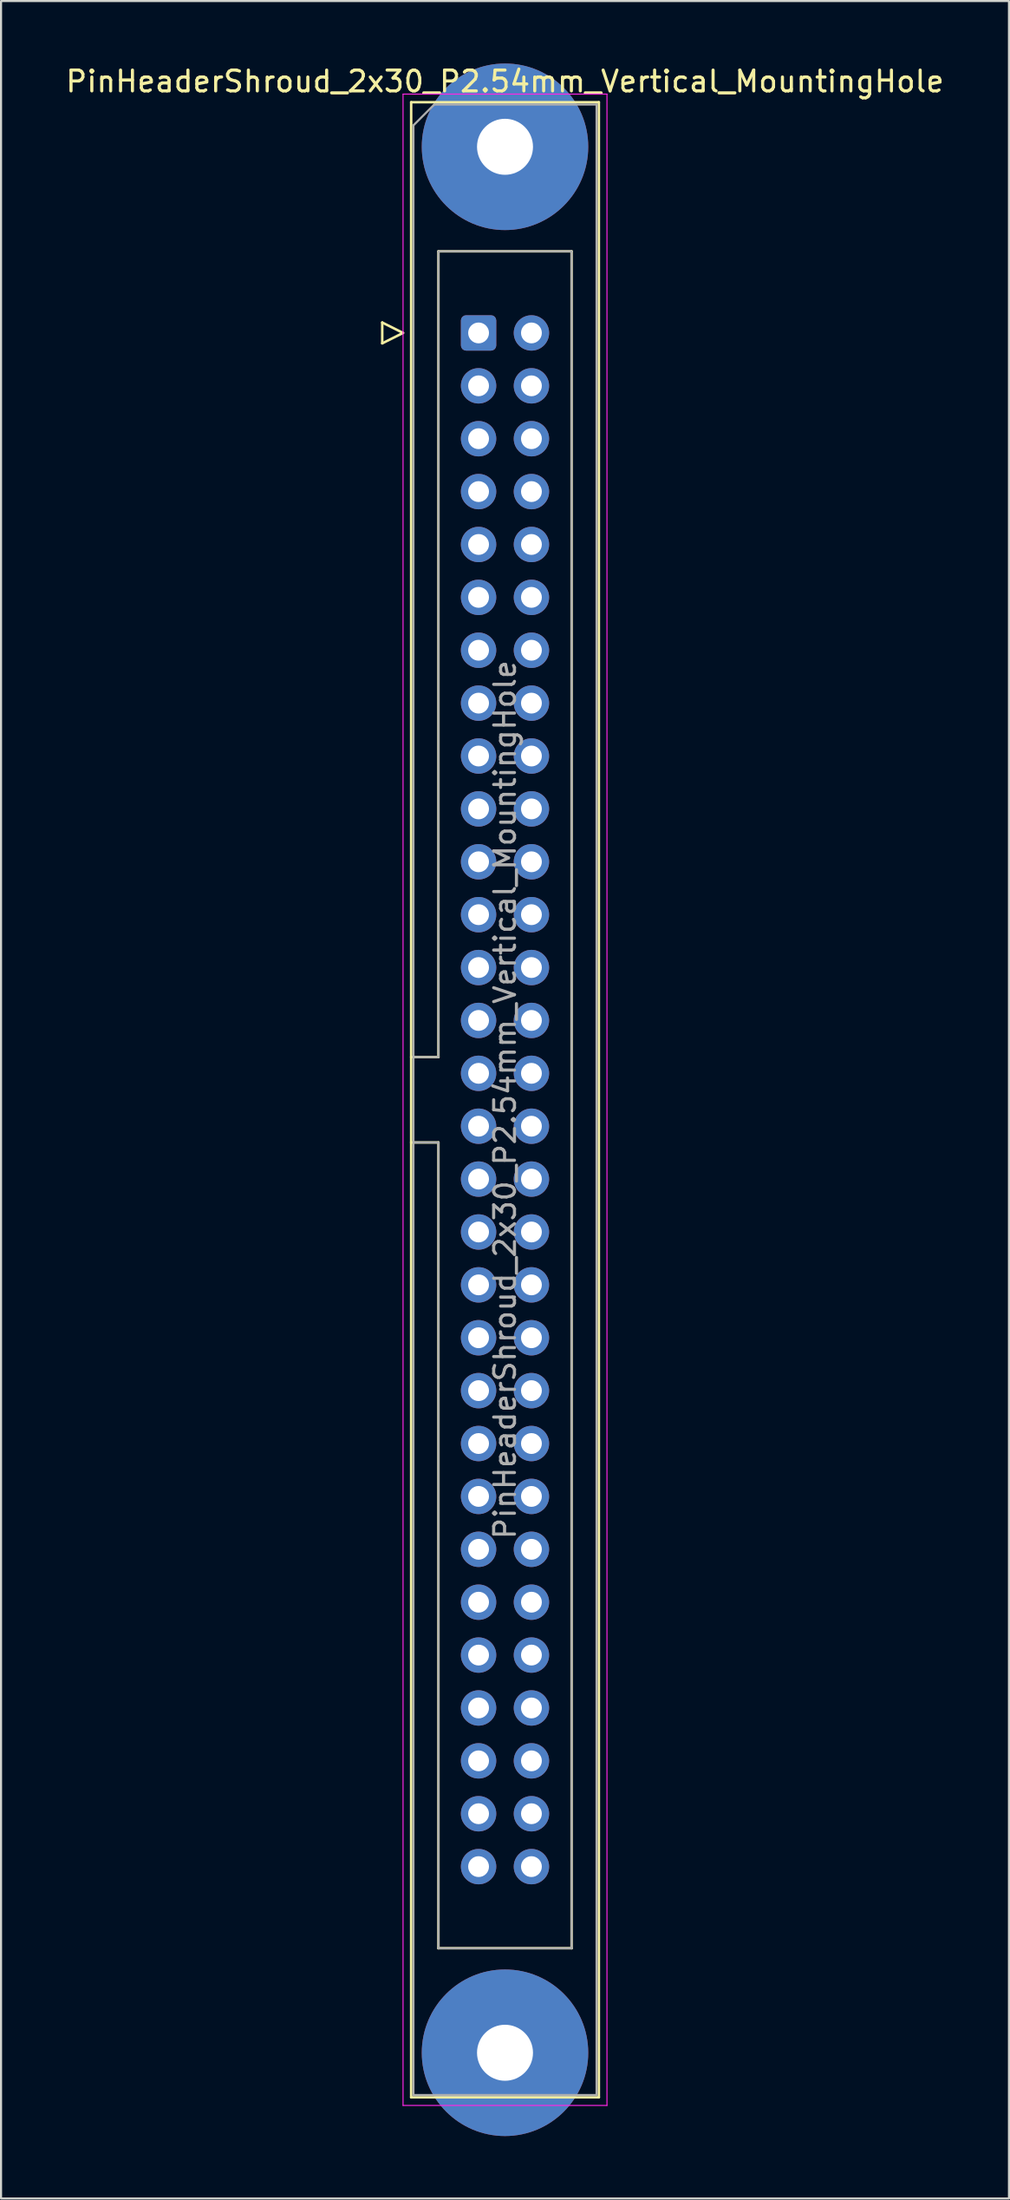
<source format=kicad_pcb>
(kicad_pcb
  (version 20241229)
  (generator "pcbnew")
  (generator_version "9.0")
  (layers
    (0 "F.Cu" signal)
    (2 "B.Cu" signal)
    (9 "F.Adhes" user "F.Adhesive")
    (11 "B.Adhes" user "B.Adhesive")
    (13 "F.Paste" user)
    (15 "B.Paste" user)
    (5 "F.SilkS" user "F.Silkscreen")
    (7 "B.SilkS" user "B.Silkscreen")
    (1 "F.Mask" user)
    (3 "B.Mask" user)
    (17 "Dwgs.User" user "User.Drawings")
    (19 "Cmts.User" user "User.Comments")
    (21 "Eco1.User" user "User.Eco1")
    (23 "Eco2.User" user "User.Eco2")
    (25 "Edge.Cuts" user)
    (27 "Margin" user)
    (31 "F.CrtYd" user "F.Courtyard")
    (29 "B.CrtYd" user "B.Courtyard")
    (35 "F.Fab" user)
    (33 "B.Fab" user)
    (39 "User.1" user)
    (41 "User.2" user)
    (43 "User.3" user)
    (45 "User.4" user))
  (footprint "PinHeaderShroud_2x30_P2.54mm_Vertical_MountingHole"
    (layer "F.Cu")
    (at 19.95 12.94)
    (property "Reference" "PinHeaderShroud_2x30_P2.54mm_Vertical_MountingHole" (at 1.27 -12.08 0) (layer "F.SilkS") (effects (font (size 1 1) (thickness 0.15))))
    (attr through_hole)
    (fp_line (start -4.63 -0.5) (end -4.63 0.5) (stroke (width 0.12) (type solid)) (layer "F.SilkS"))
    (fp_line (start -4.63 0.5) (end -3.63 0) (stroke (width 0.12) (type solid)) (layer "F.SilkS"))
    (fp_line (start -3.63 0) (end -4.63 -0.5) (stroke (width 0.12) (type solid)) (layer "F.SilkS"))
    (fp_line (start -3.24 -11.08) (end 5.78 -11.08) (stroke (width 0.12) (type solid)) (layer "F.SilkS"))
    (fp_line (start -3.24 34.78) (end -1.93 34.78) (stroke (width 0.12) (type solid)) (layer "F.SilkS"))
    (fp_line (start -3.24 38.88) (end -1.93 38.88) (stroke (width 0.12) (type solid)) (layer "F.SilkS"))
    (fp_line (start -3.24 84.74) (end -3.24 -11.08) (stroke (width 0.12) (type solid)) (layer "F.SilkS"))
    (fp_line (start -1.93 -3.92) (end 4.47 -3.92) (stroke (width 0.12) (type solid)) (layer "F.SilkS"))
    (fp_line (start -1.93 34.78) (end -1.93 -3.92) (stroke (width 0.12) (type solid)) (layer "F.SilkS"))
    (fp_line (start -1.93 77.58) (end -1.93 38.88) (stroke (width 0.12) (type solid)) (layer "F.SilkS"))
    (fp_line (start 4.47 -3.92) (end 4.47 77.58) (stroke (width 0.12) (type solid)) (layer "F.SilkS"))
    (fp_line (start 4.47 77.58) (end -1.93 77.58) (stroke (width 0.12) (type solid)) (layer "F.SilkS"))
    (fp_line (start 5.78 -11.08) (end 5.78 84.74) (stroke (width 0.12) (type solid)) (layer "F.SilkS"))
    (fp_line (start 5.78 84.74) (end -3.24 84.74) (stroke (width 0.12) (type solid)) (layer "F.SilkS"))
    (fp_line (start -3.63 -11.47) (end -3.63 85.13) (stroke (width 0.05) (type solid)) (layer "F.CrtYd"))
    (fp_line (start -3.63 85.13) (end 6.17 85.13) (stroke (width 0.05) (type solid)) (layer "F.CrtYd"))
    (fp_line (start 6.17 -11.47) (end -3.63 -11.47) (stroke (width 0.05) (type solid)) (layer "F.CrtYd"))
    (fp_line (start 6.17 85.13) (end 6.17 -11.47) (stroke (width 0.05) (type solid)) (layer "F.CrtYd"))
    (fp_line (start -3.13 -9.97) (end -2.13 -10.97) (stroke (width 0.1) (type solid)) (layer "F.Fab"))
    (fp_line (start -3.13 34.78) (end -1.93 34.78) (stroke (width 0.1) (type solid)) (layer "F.Fab"))
    (fp_line (start -3.13 38.88) (end -1.93 38.88) (stroke (width 0.1) (type solid)) (layer "F.Fab"))
    (fp_line (start -3.13 84.63) (end -3.13 -9.97) (stroke (width 0.1) (type solid)) (layer "F.Fab"))
    (fp_line (start -2.13 -10.97) (end 5.67 -10.97) (stroke (width 0.1) (type solid)) (layer "F.Fab"))
    (fp_line (start -1.93 -3.92) (end 4.47 -3.92) (stroke (width 0.1) (type solid)) (layer "F.Fab"))
    (fp_line (start -1.93 34.78) (end -1.93 -3.92) (stroke (width 0.1) (type solid)) (layer "F.Fab"))
    (fp_line (start -1.93 77.58) (end -1.93 38.88) (stroke (width 0.1) (type solid)) (layer "F.Fab"))
    (fp_line (start 4.47 -3.92) (end 4.47 77.58) (stroke (width 0.1) (type solid)) (layer "F.Fab"))
    (fp_line (start 4.47 77.58) (end -1.93 77.58) (stroke (width 0.1) (type solid)) (layer "F.Fab"))
    (fp_line (start 5.67 -10.97) (end 5.67 84.63) (stroke (width 0.1) (type solid)) (layer "F.Fab"))
    (fp_line (start 5.67 84.63) (end -3.13 84.63) (stroke (width 0.1) (type solid)) (layer "F.Fab"))
    (fp_text user "${REFERENCE}" (at 1.27 36.83 90) (layer "F.Fab") (effects (font (size 1 1) (thickness 0.15))))
    (pad "" thru_hole circle (at 1.27 -8.94) (size 8 8) (drill 2.69) (layers "*.Cu" "*.Mask"))
    (pad "" thru_hole circle (at 1.27 82.6) (size 8 8) (drill 2.69) (layers "*.Cu" "*.Mask"))
    (pad "1" thru_hole roundrect (at 0 0) (size 1.7 1.7) (drill 1) (layers "*.Cu" "*.Mask") (roundrect_rratio 0.147))
    (pad "2" thru_hole circle (at 2.54 0) (size 1.7 1.7) (drill 1) (layers "*.Cu" "*.Mask"))
    (pad "3" thru_hole circle (at 0 2.54) (size 1.7 1.7) (drill 1) (layers "*.Cu" "*.Mask"))
    (pad "4" thru_hole circle (at 2.54 2.54) (size 1.7 1.7) (drill 1) (layers "*.Cu" "*.Mask"))
    (pad "5" thru_hole circle (at 0 5.08) (size 1.7 1.7) (drill 1) (layers "*.Cu" "*.Mask"))
    (pad "6" thru_hole circle (at 2.54 5.08) (size 1.7 1.7) (drill 1) (layers "*.Cu" "*.Mask"))
    (pad "7" thru_hole circle (at 0 7.62) (size 1.7 1.7) (drill 1) (layers "*.Cu" "*.Mask"))
    (pad "8" thru_hole circle (at 2.54 7.62) (size 1.7 1.7) (drill 1) (layers "*.Cu" "*.Mask"))
    (pad "9" thru_hole circle (at 0 10.16) (size 1.7 1.7) (drill 1) (layers "*.Cu" "*.Mask"))
    (pad "10" thru_hole circle (at 2.54 10.16) (size 1.7 1.7) (drill 1) (layers "*.Cu" "*.Mask"))
    (pad "11" thru_hole circle (at 0 12.7) (size 1.7 1.7) (drill 1) (layers "*.Cu" "*.Mask"))
    (pad "12" thru_hole circle (at 2.54 12.7) (size 1.7 1.7) (drill 1) (layers "*.Cu" "*.Mask"))
    (pad "13" thru_hole circle (at 0 15.24) (size 1.7 1.7) (drill 1) (layers "*.Cu" "*.Mask"))
    (pad "14" thru_hole circle (at 2.54 15.24) (size 1.7 1.7) (drill 1) (layers "*.Cu" "*.Mask"))
    (pad "15" thru_hole circle (at 0 17.78) (size 1.7 1.7) (drill 1) (layers "*.Cu" "*.Mask"))
    (pad "16" thru_hole circle (at 2.54 17.78) (size 1.7 1.7) (drill 1) (layers "*.Cu" "*.Mask"))
    (pad "17" thru_hole circle (at 0 20.32) (size 1.7 1.7) (drill 1) (layers "*.Cu" "*.Mask"))
    (pad "18" thru_hole circle (at 2.54 20.32) (size 1.7 1.7) (drill 1) (layers "*.Cu" "*.Mask"))
    (pad "19" thru_hole circle (at 0 22.86) (size 1.7 1.7) (drill 1) (layers "*.Cu" "*.Mask"))
    (pad "20" thru_hole circle (at 2.54 22.86) (size 1.7 1.7) (drill 1) (layers "*.Cu" "*.Mask"))
    (pad "21" thru_hole circle (at 0 25.4) (size 1.7 1.7) (drill 1) (layers "*.Cu" "*.Mask"))
    (pad "22" thru_hole circle (at 2.54 25.4) (size 1.7 1.7) (drill 1) (layers "*.Cu" "*.Mask"))
    (pad "23" thru_hole circle (at 0 27.94) (size 1.7 1.7) (drill 1) (layers "*.Cu" "*.Mask"))
    (pad "24" thru_hole circle (at 2.54 27.94) (size 1.7 1.7) (drill 1) (layers "*.Cu" "*.Mask"))
    (pad "25" thru_hole circle (at 0 30.48) (size 1.7 1.7) (drill 1) (layers "*.Cu" "*.Mask"))
    (pad "26" thru_hole circle (at 2.54 30.48) (size 1.7 1.7) (drill 1) (layers "*.Cu" "*.Mask"))
    (pad "27" thru_hole circle (at 0 33.02) (size 1.7 1.7) (drill 1) (layers "*.Cu" "*.Mask"))
    (pad "28" thru_hole circle (at 2.54 33.02) (size 1.7 1.7) (drill 1) (layers "*.Cu" "*.Mask"))
    (pad "29" thru_hole circle (at 0 35.56) (size 1.7 1.7) (drill 1) (layers "*.Cu" "*.Mask"))
    (pad "30" thru_hole circle (at 2.54 35.56) (size 1.7 1.7) (drill 1) (layers "*.Cu" "*.Mask"))
    (pad "31" thru_hole circle (at 0 38.1) (size 1.7 1.7) (drill 1) (layers "*.Cu" "*.Mask"))
    (pad "32" thru_hole circle (at 2.54 38.1) (size 1.7 1.7) (drill 1) (layers "*.Cu" "*.Mask"))
    (pad "33" thru_hole circle (at 0 40.64) (size 1.7 1.7) (drill 1) (layers "*.Cu" "*.Mask"))
    (pad "34" thru_hole circle (at 2.54 40.64) (size 1.7 1.7) (drill 1) (layers "*.Cu" "*.Mask"))
    (pad "35" thru_hole circle (at 0 43.18) (size 1.7 1.7) (drill 1) (layers "*.Cu" "*.Mask"))
    (pad "36" thru_hole circle (at 2.54 43.18) (size 1.7 1.7) (drill 1) (layers "*.Cu" "*.Mask"))
    (pad "37" thru_hole circle (at 0 45.72) (size 1.7 1.7) (drill 1) (layers "*.Cu" "*.Mask"))
    (pad "38" thru_hole circle (at 2.54 45.72) (size 1.7 1.7) (drill 1) (layers "*.Cu" "*.Mask"))
    (pad "39" thru_hole circle (at 0 48.26) (size 1.7 1.7) (drill 1) (layers "*.Cu" "*.Mask"))
    (pad "40" thru_hole circle (at 2.54 48.26) (size 1.7 1.7) (drill 1) (layers "*.Cu" "*.Mask"))
    (pad "41" thru_hole circle (at 0 50.8) (size 1.7 1.7) (drill 1) (layers "*.Cu" "*.Mask"))
    (pad "42" thru_hole circle (at 2.54 50.8) (size 1.7 1.7) (drill 1) (layers "*.Cu" "*.Mask"))
    (pad "43" thru_hole circle (at 0 53.34) (size 1.7 1.7) (drill 1) (layers "*.Cu" "*.Mask"))
    (pad "44" thru_hole circle (at 2.54 53.34) (size 1.7 1.7) (drill 1) (layers "*.Cu" "*.Mask"))
    (pad "45" thru_hole circle (at 0 55.88) (size 1.7 1.7) (drill 1) (layers "*.Cu" "*.Mask"))
    (pad "46" thru_hole circle (at 2.54 55.88) (size 1.7 1.7) (drill 1) (layers "*.Cu" "*.Mask"))
    (pad "47" thru_hole circle (at 0 58.42) (size 1.7 1.7) (drill 1) (layers "*.Cu" "*.Mask"))
    (pad "48" thru_hole circle (at 2.54 58.42) (size 1.7 1.7) (drill 1) (layers "*.Cu" "*.Mask"))
    (pad "49" thru_hole circle (at 0 60.96) (size 1.7 1.7) (drill 1) (layers "*.Cu" "*.Mask"))
    (pad "50" thru_hole circle (at 2.54 60.96) (size 1.7 1.7) (drill 1) (layers "*.Cu" "*.Mask"))
    (pad "51" thru_hole circle (at 0 63.5) (size 1.7 1.7) (drill 1) (layers "*.Cu" "*.Mask"))
    (pad "52" thru_hole circle (at 2.54 63.5) (size 1.7 1.7) (drill 1) (layers "*.Cu" "*.Mask"))
    (pad "53" thru_hole circle (at 0 66.04) (size 1.7 1.7) (drill 1) (layers "*.Cu" "*.Mask"))
    (pad "54" thru_hole circle (at 2.54 66.04) (size 1.7 1.7) (drill 1) (layers "*.Cu" "*.Mask"))
    (pad "55" thru_hole circle (at 0 68.58) (size 1.7 1.7) (drill 1) (layers "*.Cu" "*.Mask"))
    (pad "56" thru_hole circle (at 2.54 68.58) (size 1.7 1.7) (drill 1) (layers "*.Cu" "*.Mask"))
    (pad "57" thru_hole circle (at 0 71.12) (size 1.7 1.7) (drill 1) (layers "*.Cu" "*.Mask"))
    (pad "58" thru_hole circle (at 2.54 71.12) (size 1.7 1.7) (drill 1) (layers "*.Cu" "*.Mask"))
    (pad "59" thru_hole circle (at 0 73.66) (size 1.7 1.7) (drill 1) (layers "*.Cu" "*.Mask"))
    (pad "60" thru_hole circle (at 2.54 73.66) (size 1.7 1.7) (drill 1) (layers "*.Cu" "*.Mask")))
  (gr_rect
    (start -3 -3)
    (end 45.44 102.54)
    (stroke (width 0.1) (type default))
    (fill no)
    (layer "Edge.Cuts")))
</source>
